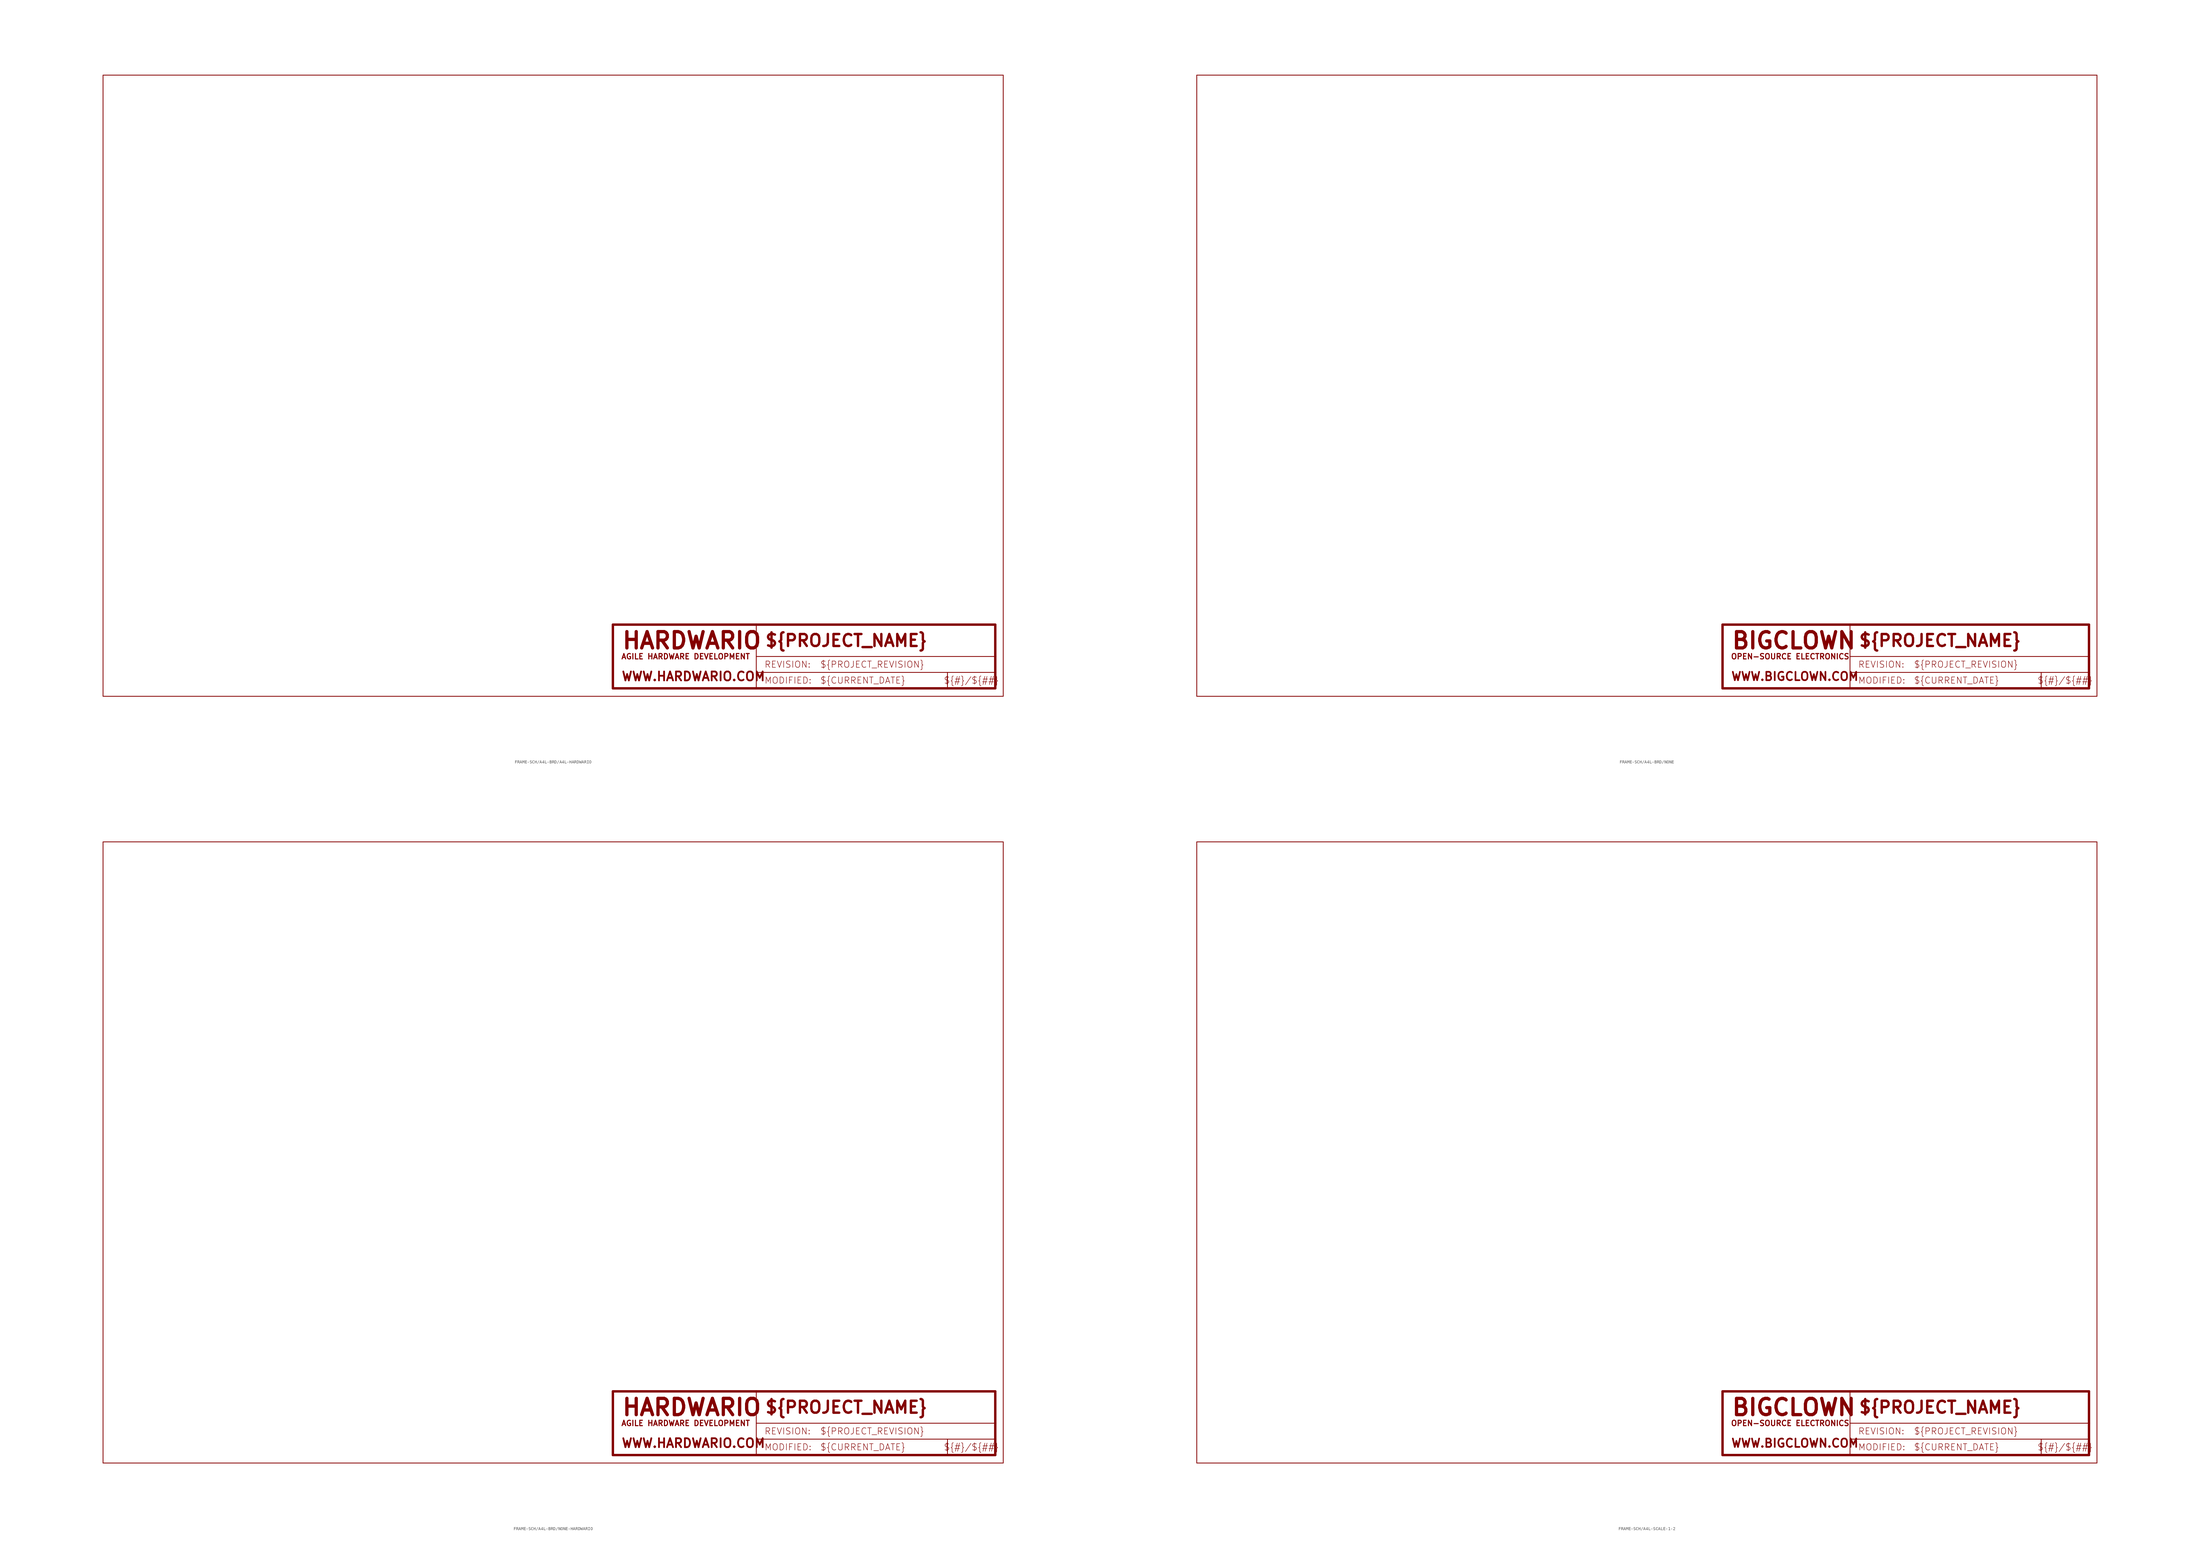
<source format=kicad_sym>
(kicad_symbol_lib
  (version 20231120)
  (generator "kicad_symbol_editor")
  (generator_version "8.0")
  (symbol "FRAME-SCH/A4L-BRD/A4L-HARDWARIO"
    (property "Reference" "FRAME"
      (at 0 0 0)
      (effects (font (size 1.27 1.27)) (hide yes)))
    (property "ki_locked" ""
      (at 0 0 0)
      (effects (font (size 1.27 1.27))))
    (symbol "FRAME-SCH/A4L-BRD/A4L-HARDWARIO_1_0"
      (polyline (pts (xy -2.54 -2.54) (xy 284.48 -2.54)) (stroke (width 0.254) (type solid)) (fill (type none)))
      (polyline (pts (xy -2.54 195.58) (xy -2.54 -2.54)) (stroke (width 0.254) (type solid)) (fill (type none)))
      (polyline (pts (xy 160.02 0) (xy 160.02 20.32)) (stroke (width 0.762) (type solid)) (fill (type none)))
      (polyline (pts (xy 160.02 0) (xy 205.74 0)) (stroke (width 0.762) (type solid)) (fill (type none)))
      (polyline (pts (xy 160.02 20.32) (xy 205.74 20.32)) (stroke (width 0.762) (type solid)) (fill (type none)))
      (polyline (pts (xy 205.74 0) (xy 266.7 0)) (stroke (width 0.762) (type solid)) (fill (type none)))
      (polyline (pts (xy 205.74 5.08) (xy 205.74 0)) (stroke (width 0.254) (type solid)) (fill (type none)))
      (polyline (pts (xy 205.74 5.08) (xy 266.7 5.08)) (stroke (width 0.254) (type solid)) (fill (type none)))
      (polyline (pts (xy 205.74 10.16) (xy 205.74 5.08)) (stroke (width 0.254) (type solid)) (fill (type none)))
      (polyline (pts (xy 205.74 10.16) (xy 281.94 10.16)) (stroke (width 0.254) (type solid)) (fill (type none)))
      (polyline (pts (xy 205.74 20.32) (xy 205.74 10.16)) (stroke (width 0.254) (type solid)) (fill (type none)))
      (polyline (pts (xy 205.74 20.32) (xy 281.94 20.32)) (stroke (width 0.762) (type solid)) (fill (type none)))
      (polyline (pts (xy 266.7 0) (xy 281.94 0)) (stroke (width 0.762) (type solid)) (fill (type none)))
      (polyline (pts (xy 266.7 5.08) (xy 266.7 0)) (stroke (width 0.254) (type solid)) (fill (type none)))
      (polyline (pts (xy 266.7 5.08) (xy 281.94 5.08)) (stroke (width 0.254) (type solid)) (fill (type none)))
      (polyline (pts (xy 281.94 0) (xy 281.94 5.08)) (stroke (width 0.762) (type solid)) (fill (type none)))
      (polyline (pts (xy 281.94 5.08) (xy 281.94 10.16)) (stroke (width 0.762) (type solid)) (fill (type none)))
      (polyline (pts (xy 281.94 10.16) (xy 281.94 20.32)) (stroke (width 0.762) (type solid)) (fill (type none)))
      (polyline (pts (xy 284.48 -2.54) (xy 284.48 195.58)) (stroke (width 0.254) (type solid)) (fill (type none)))
      (polyline (pts (xy 284.48 195.58) (xy -2.54 195.58)) (stroke (width 0.254) (type solid)) (fill (type none)))
      (text "${#}/${##}" (at 274.32 2.54 0) (effects (font (size 2.032 2.032))))
      (text "${CURRENT_DATE}" (at 226.06 2.54 0) (effects (font (size 2.032 2.032)) (justify left)))
      (text "${PROJECT_NAME}" (at 208.28 15.24 0) (effects (font (size 3.81 3.81) (thickness 0.762) (bold yes)) (justify left)))
      (text "${PROJECT_REVISION}" (at 226.06 7.62 0) (effects (font (size 2.032 2.032)) (justify left)))
      (text "AGILE HARDWARE DEVELOPMENT" (at 162.56 10.16 0) (effects (font (size 1.72 1.72) (thickness 0.344) (bold yes)) (justify left)))
      (text "HARDWARIO" (at 162.56 15.24 0) (effects (font (size 5.207 5.207) (thickness 1.041) (bold yes)) (justify left)))
      (text "MODIFIED:" (at 208.28 2.54 0) (effects (font (size 2.032 2.032)) (justify left)))
      (text "REVISION:" (at 208.28 7.62 0) (effects (font (size 2.032 2.032)) (justify left)))
      (text "WWW.HARDWARIO.COM" (at 162.56 3.81 0) (effects (font (size 2.845 2.845) (thickness 0.569) (bold yes)) (justify left)))))
  (symbol "FRAME-SCH/A4L-BRD/NONE"
    (property "Reference" "#FRAME"
      (at 0 0 0)
      (effects (font (size 1.27 1.27)) (hide yes)))
    (property "ki_locked" ""
      (at 0 0 0)
      (effects (font (size 1.27 1.27))))
    (symbol "FRAME-SCH/A4L-BRD/NONE_1_0"
      (polyline (pts (xy -2.54 -2.54) (xy 284.48 -2.54)) (stroke (width 0.254) (type solid)) (fill (type none)))
      (polyline (pts (xy -2.54 195.58) (xy -2.54 -2.54)) (stroke (width 0.254) (type solid)) (fill (type none)))
      (polyline (pts (xy 165.1 0) (xy 165.1 20.32)) (stroke (width 0.762) (type solid)) (fill (type none)))
      (polyline (pts (xy 165.1 0) (xy 205.74 0)) (stroke (width 0.762) (type solid)) (fill (type none)))
      (polyline (pts (xy 165.1 20.32) (xy 205.74 20.32)) (stroke (width 0.762) (type solid)) (fill (type none)))
      (polyline (pts (xy 205.74 0) (xy 266.7 0)) (stroke (width 0.762) (type solid)) (fill (type none)))
      (polyline (pts (xy 205.74 5.08) (xy 205.74 0)) (stroke (width 0.254) (type solid)) (fill (type none)))
      (polyline (pts (xy 205.74 5.08) (xy 266.7 5.08)) (stroke (width 0.254) (type solid)) (fill (type none)))
      (polyline (pts (xy 205.74 10.16) (xy 205.74 5.08)) (stroke (width 0.254) (type solid)) (fill (type none)))
      (polyline (pts (xy 205.74 10.16) (xy 281.94 10.16)) (stroke (width 0.254) (type solid)) (fill (type none)))
      (polyline (pts (xy 205.74 20.32) (xy 205.74 10.16)) (stroke (width 0.254) (type solid)) (fill (type none)))
      (polyline (pts (xy 205.74 20.32) (xy 281.94 20.32)) (stroke (width 0.762) (type solid)) (fill (type none)))
      (polyline (pts (xy 266.7 0) (xy 281.94 0)) (stroke (width 0.762) (type solid)) (fill (type none)))
      (polyline (pts (xy 266.7 5.08) (xy 266.7 0)) (stroke (width 0.254) (type solid)) (fill (type none)))
      (polyline (pts (xy 266.7 5.08) (xy 281.94 5.08)) (stroke (width 0.254) (type solid)) (fill (type none)))
      (polyline (pts (xy 281.94 0) (xy 281.94 5.08)) (stroke (width 0.762) (type solid)) (fill (type none)))
      (polyline (pts (xy 281.94 5.08) (xy 281.94 10.16)) (stroke (width 0.762) (type solid)) (fill (type none)))
      (polyline (pts (xy 281.94 10.16) (xy 281.94 20.32)) (stroke (width 0.762) (type solid)) (fill (type none)))
      (polyline (pts (xy 284.48 -2.54) (xy 284.48 195.58)) (stroke (width 0.254) (type solid)) (fill (type none)))
      (polyline (pts (xy 284.48 195.58) (xy -2.54 195.58)) (stroke (width 0.254) (type solid)) (fill (type none)))
      (text "${#}/${##}" (at 274.32 2.54 0) (effects (font (size 2.032 2.032))))
      (text "${CURRENT_DATE}" (at 226.06 2.54 0) (effects (font (size 2.032 2.032)) (justify left)))
      (text "${PROJECT_NAME}" (at 208.28 15.24 0) (effects (font (size 3.81 3.81) (thickness 0.762) (bold yes)) (justify left)))
      (text "${PROJECT_REVISION}" (at 226.06 7.62 0) (effects (font (size 2.032 2.032)) (justify left)))
      (text "BIGCLOWN" (at 167.64 15.24 0) (effects (font (size 5.184 5.184) (thickness 1.037) (bold yes)) (justify left)))
      (text "MODIFIED:" (at 208.28 2.54 0) (effects (font (size 2.032 2.032)) (justify left)))
      (text "OPEN-SOURCE ELECTRONICS" (at 167.64 10.16 0) (effects (font (size 1.72 1.72) (thickness 0.344) (bold yes)) (justify left)))
      (text "REVISION:" (at 208.28 7.62 0) (effects (font (size 2.032 2.032)) (justify left)))
      (text "WWW.BIGCLOWN.COM" (at 167.64 3.81 0) (effects (font (size 2.673 2.673) (thickness 0.534) (bold yes)) (justify left)))))
  (symbol "FRAME-SCH/A4L-BRD/NONE-HARDWARIO"
    (property "Reference" "#FRAME"
      (at 0 0 0)
      (effects (font (size 1.27 1.27)) (hide yes)))
    (property "ki_locked" ""
      (at 0 0 0)
      (effects (font (size 1.27 1.27))))
    (symbol "FRAME-SCH/A4L-BRD/NONE-HARDWARIO_1_0"
      (polyline (pts (xy -2.54 -2.54) (xy 284.48 -2.54)) (stroke (width 0.254) (type solid)) (fill (type none)))
      (polyline (pts (xy -2.54 195.58) (xy -2.54 -2.54)) (stroke (width 0.254) (type solid)) (fill (type none)))
      (polyline (pts (xy 160.02 0) (xy 160.02 20.32)) (stroke (width 0.762) (type solid)) (fill (type none)))
      (polyline (pts (xy 160.02 0) (xy 205.74 0)) (stroke (width 0.762) (type solid)) (fill (type none)))
      (polyline (pts (xy 160.02 20.32) (xy 205.74 20.32)) (stroke (width 0.762) (type solid)) (fill (type none)))
      (polyline (pts (xy 205.74 0) (xy 266.7 0)) (stroke (width 0.762) (type solid)) (fill (type none)))
      (polyline (pts (xy 205.74 5.08) (xy 205.74 0)) (stroke (width 0.254) (type solid)) (fill (type none)))
      (polyline (pts (xy 205.74 5.08) (xy 266.7 5.08)) (stroke (width 0.254) (type solid)) (fill (type none)))
      (polyline (pts (xy 205.74 10.16) (xy 205.74 5.08)) (stroke (width 0.254) (type solid)) (fill (type none)))
      (polyline (pts (xy 205.74 10.16) (xy 281.94 10.16)) (stroke (width 0.254) (type solid)) (fill (type none)))
      (polyline (pts (xy 205.74 20.32) (xy 205.74 10.16)) (stroke (width 0.254) (type solid)) (fill (type none)))
      (polyline (pts (xy 205.74 20.32) (xy 281.94 20.32)) (stroke (width 0.762) (type solid)) (fill (type none)))
      (polyline (pts (xy 266.7 0) (xy 281.94 0)) (stroke (width 0.762) (type solid)) (fill (type none)))
      (polyline (pts (xy 266.7 5.08) (xy 266.7 0)) (stroke (width 0.254) (type solid)) (fill (type none)))
      (polyline (pts (xy 266.7 5.08) (xy 281.94 5.08)) (stroke (width 0.254) (type solid)) (fill (type none)))
      (polyline (pts (xy 281.94 0) (xy 281.94 5.08)) (stroke (width 0.762) (type solid)) (fill (type none)))
      (polyline (pts (xy 281.94 5.08) (xy 281.94 10.16)) (stroke (width 0.762) (type solid)) (fill (type none)))
      (polyline (pts (xy 281.94 10.16) (xy 281.94 20.32)) (stroke (width 0.762) (type solid)) (fill (type none)))
      (polyline (pts (xy 284.48 -2.54) (xy 284.48 195.58)) (stroke (width 0.254) (type solid)) (fill (type none)))
      (polyline (pts (xy 284.48 195.58) (xy -2.54 195.58)) (stroke (width 0.254) (type solid)) (fill (type none)))
      (text "${#}/${##}" (at 274.32 2.54 0) (effects (font (size 2.032 2.032))))
      (text "${CURRENT_DATE}" (at 226.06 2.54 0) (effects (font (size 2.032 2.032)) (justify left)))
      (text "${PROJECT_NAME}" (at 208.28 15.24 0) (effects (font (size 3.81 3.81) (thickness 0.762) (bold yes)) (justify left)))
      (text "${PROJECT_REVISION}" (at 226.06 7.62 0) (effects (font (size 2.032 2.032)) (justify left)))
      (text "AGILE HARDWARE DEVELOPMENT" (at 162.56 10.16 0) (effects (font (size 1.72 1.72) (thickness 0.344) (bold yes)) (justify left)))
      (text "HARDWARIO" (at 162.56 15.24 0) (effects (font (size 5.207 5.207) (thickness 1.041) (bold yes)) (justify left)))
      (text "MODIFIED:" (at 208.28 2.54 0) (effects (font (size 2.032 2.032)) (justify left)))
      (text "REVISION:" (at 208.28 7.62 0) (effects (font (size 2.032 2.032)) (justify left)))
      (text "WWW.HARDWARIO.COM" (at 162.56 3.81 0) (effects (font (size 2.845 2.845) (thickness 0.569) (bold yes)) (justify left)))))
  (symbol "FRAME-SCH/A4L-SCALE-1-2"
    (property "Reference" "FRAME"
      (at 0 0 0)
      (effects (font (size 1.27 1.27)) (hide yes)))
    (property "ki_locked" ""
      (at 0 0 0)
      (effects (font (size 1.27 1.27))))
    (symbol "FRAME-SCH/A4L-SCALE-1-2_1_0"
      (polyline (pts (xy -2.54 -2.54) (xy 284.48 -2.54)) (stroke (width 0.254) (type solid)) (fill (type none)))
      (polyline (pts (xy -2.54 195.58) (xy -2.54 -2.54)) (stroke (width 0.254) (type solid)) (fill (type none)))
      (polyline (pts (xy 165.1 0) (xy 165.1 20.32)) (stroke (width 0.762) (type solid)) (fill (type none)))
      (polyline (pts (xy 165.1 0) (xy 205.74 0)) (stroke (width 0.762) (type solid)) (fill (type none)))
      (polyline (pts (xy 165.1 20.32) (xy 205.74 20.32)) (stroke (width 0.762) (type solid)) (fill (type none)))
      (polyline (pts (xy 205.74 0) (xy 266.7 0)) (stroke (width 0.762) (type solid)) (fill (type none)))
      (polyline (pts (xy 205.74 5.08) (xy 205.74 0)) (stroke (width 0.254) (type solid)) (fill (type none)))
      (polyline (pts (xy 205.74 5.08) (xy 266.7 5.08)) (stroke (width 0.254) (type solid)) (fill (type none)))
      (polyline (pts (xy 205.74 10.16) (xy 205.74 5.08)) (stroke (width 0.254) (type solid)) (fill (type none)))
      (polyline (pts (xy 205.74 10.16) (xy 281.94 10.16)) (stroke (width 0.254) (type solid)) (fill (type none)))
      (polyline (pts (xy 205.74 20.32) (xy 205.74 10.16)) (stroke (width 0.254) (type solid)) (fill (type none)))
      (polyline (pts (xy 205.74 20.32) (xy 281.94 20.32)) (stroke (width 0.762) (type solid)) (fill (type none)))
      (polyline (pts (xy 266.7 0) (xy 281.94 0)) (stroke (width 0.762) (type solid)) (fill (type none)))
      (polyline (pts (xy 266.7 5.08) (xy 266.7 0)) (stroke (width 0.254) (type solid)) (fill (type none)))
      (polyline (pts (xy 266.7 5.08) (xy 281.94 5.08)) (stroke (width 0.254) (type solid)) (fill (type none)))
      (polyline (pts (xy 281.94 0) (xy 281.94 5.08)) (stroke (width 0.762) (type solid)) (fill (type none)))
      (polyline (pts (xy 281.94 5.08) (xy 281.94 10.16)) (stroke (width 0.762) (type solid)) (fill (type none)))
      (polyline (pts (xy 281.94 10.16) (xy 281.94 20.32)) (stroke (width 0.762) (type solid)) (fill (type none)))
      (polyline (pts (xy 284.48 -2.54) (xy 284.48 195.58)) (stroke (width 0.254) (type solid)) (fill (type none)))
      (polyline (pts (xy 284.48 195.58) (xy -2.54 195.58)) (stroke (width 0.254) (type solid)) (fill (type none)))
      (text "${#}/${##}" (at 274.32 2.54 0) (effects (font (size 2.032 2.032))))
      (text "${CURRENT_DATE}" (at 226.06 2.54 0) (effects (font (size 2.032 2.032)) (justify left)))
      (text "${PROJECT_NAME}" (at 208.28 15.24 0) (effects (font (size 3.81 3.81) (thickness 0.762) (bold yes)) (justify left)))
      (text "${PROJECT_REVISION}" (at 226.06 7.62 0) (effects (font (size 2.032 2.032)) (justify left)))
      (text "BIGCLOWN" (at 167.64 15.24 0) (effects (font (size 5.184 5.184) (thickness 1.037) (bold yes)) (justify left)))
      (text "MODIFIED:" (at 208.28 2.54 0) (effects (font (size 2.032 2.032)) (justify left)))
      (text "OPEN-SOURCE ELECTRONICS" (at 167.64 10.16 0) (effects (font (size 1.72 1.72) (thickness 0.344) (bold yes)) (justify left)))
      (text "REVISION:" (at 208.28 7.62 0) (effects (font (size 2.032 2.032)) (justify left)))
      (text "WWW.BIGCLOWN.COM" (at 167.64 3.81 0) (effects (font (size 2.673 2.673) (thickness 0.534) (bold yes)) (justify left))))))
</source>
